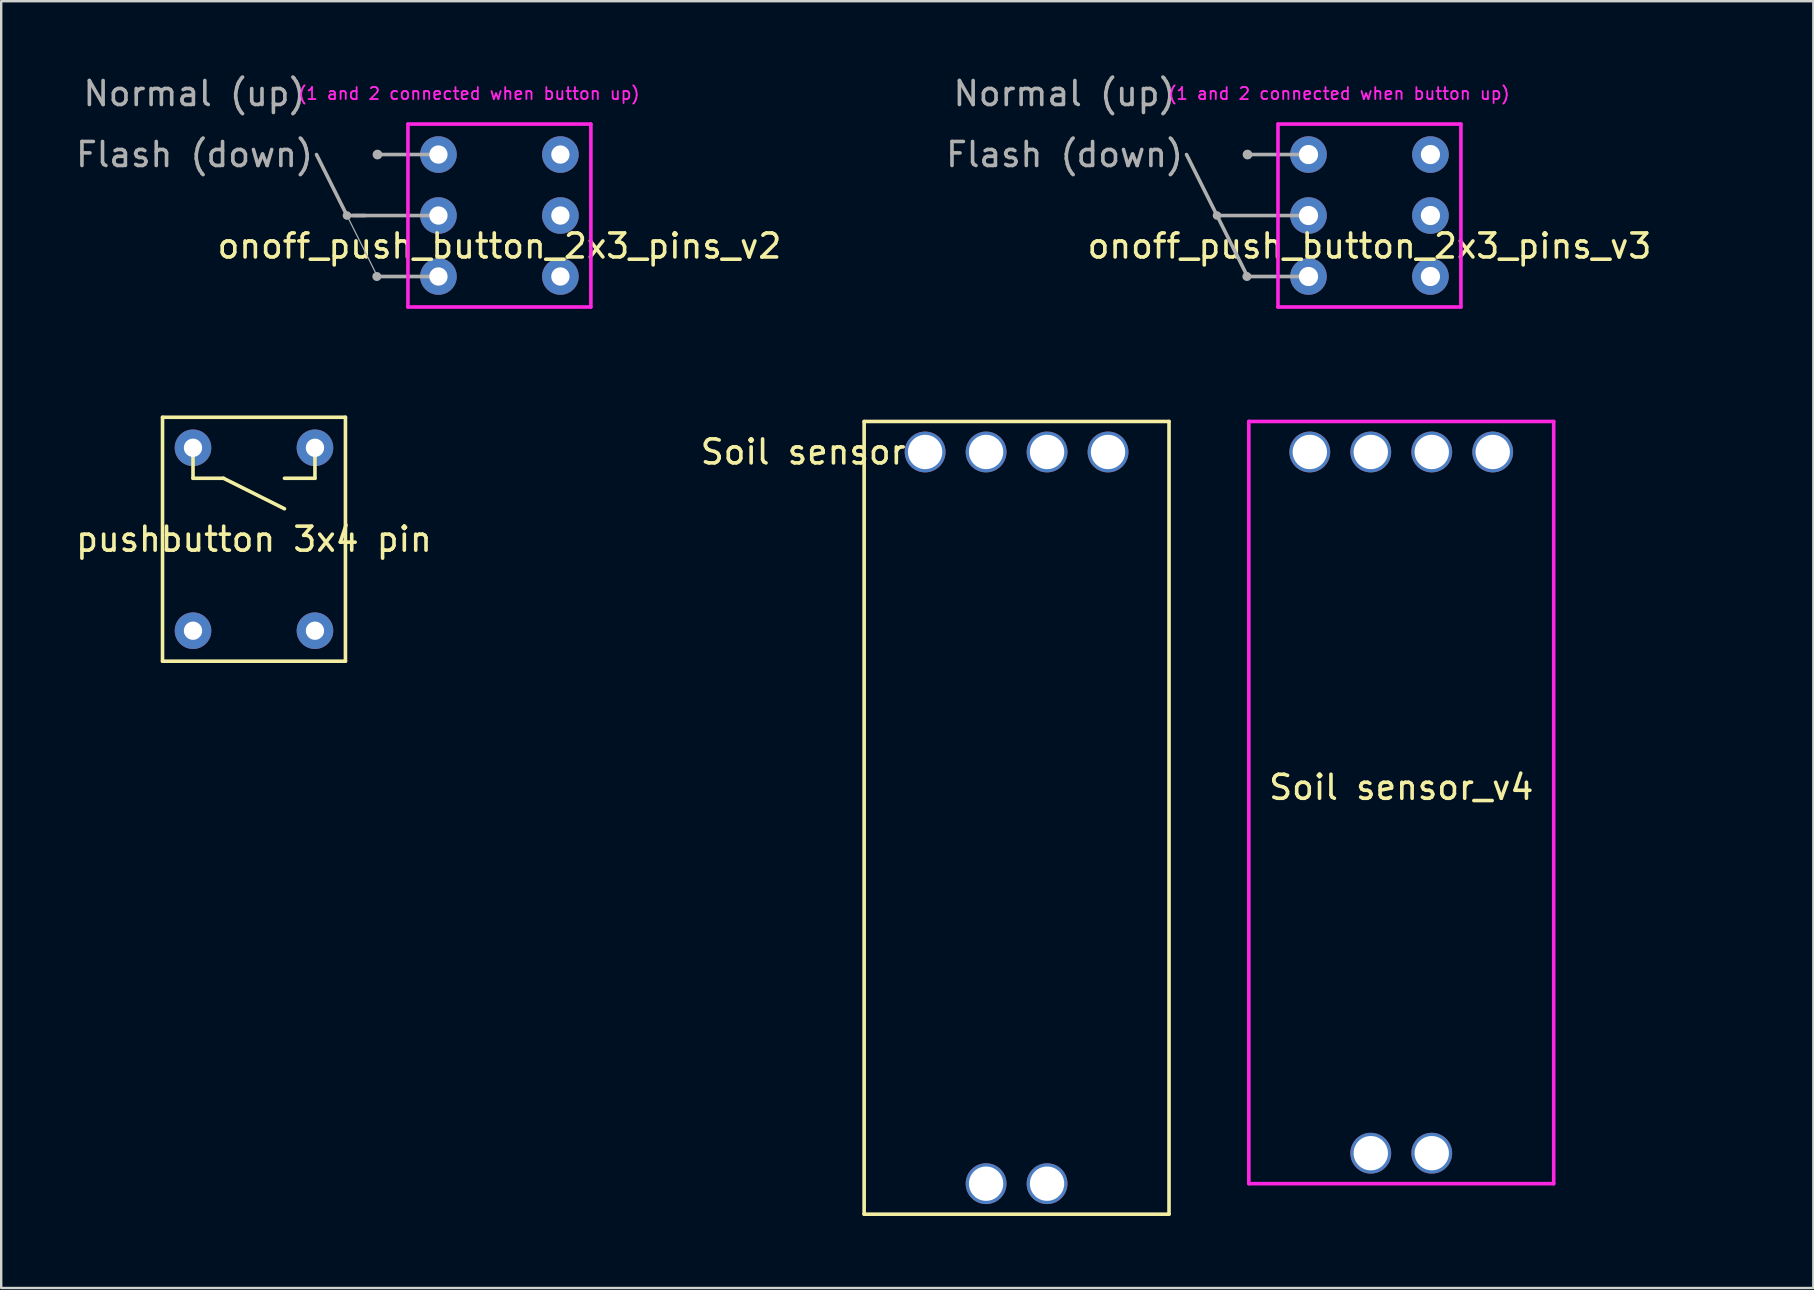
<source format=kicad_pcb>
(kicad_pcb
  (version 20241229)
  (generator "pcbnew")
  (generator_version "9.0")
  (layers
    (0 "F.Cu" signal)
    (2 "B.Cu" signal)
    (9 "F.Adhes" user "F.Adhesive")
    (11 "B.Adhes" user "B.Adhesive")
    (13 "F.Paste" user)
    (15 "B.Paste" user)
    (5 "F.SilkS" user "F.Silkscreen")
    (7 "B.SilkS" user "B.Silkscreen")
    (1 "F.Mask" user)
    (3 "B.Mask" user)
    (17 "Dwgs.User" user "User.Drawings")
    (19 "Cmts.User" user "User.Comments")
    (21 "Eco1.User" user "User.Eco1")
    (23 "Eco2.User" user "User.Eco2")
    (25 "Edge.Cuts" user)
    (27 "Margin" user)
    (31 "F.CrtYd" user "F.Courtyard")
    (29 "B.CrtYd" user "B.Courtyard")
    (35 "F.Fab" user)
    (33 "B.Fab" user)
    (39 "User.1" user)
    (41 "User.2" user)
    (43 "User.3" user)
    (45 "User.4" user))
  (footprint "pushbutton 3x4 pin"
    (layer "F.Cu")
    (at 22.77 23.223)
    (property "Reference" "pushbutton 3x4 pin" (at -15.24 -3.81 0) (layer "F.SilkS") (effects (font (size 1 1) (thickness 0.15))))
    (attr through_hole)
    (fp_line (start -19.05 -8.89) (end -11.43 -8.89) (stroke (width 0.15) (type solid)) (layer "F.SilkS"))
    (fp_line (start -19.05 1.27) (end -19.05 -8.89) (stroke (width 0.15) (type solid)) (layer "F.SilkS"))
    (fp_line (start -17.78 -7.62) (end -17.78 -6.35) (stroke (width 0.15) (type solid)) (layer "F.SilkS"))
    (fp_line (start -17.78 -6.35) (end -16.51 -6.35) (stroke (width 0.15) (type solid)) (layer "F.SilkS"))
    (fp_line (start -16.51 -6.35) (end -13.97 -5.08) (stroke (width 0.15) (type solid)) (layer "F.SilkS"))
    (fp_line (start -12.7 -7.62) (end -12.7 -6.35) (stroke (width 0.15) (type solid)) (layer "F.SilkS"))
    (fp_line (start -12.7 -6.35) (end -13.97 -6.35) (stroke (width 0.15) (type solid)) (layer "F.SilkS"))
    (fp_line (start -11.43 -8.89) (end -11.43 1.27) (stroke (width 0.15) (type solid)) (layer "F.SilkS"))
    (fp_line (start -11.43 1.27) (end -19.05 1.27) (stroke (width 0.15) (type solid)) (layer "F.SilkS"))
    (pad "1" thru_hole circle (at -17.78 -7.62) (size 1.524 1.524) (drill 0.762) (layers "*.Cu" "*.Mask"))
    (pad "2" thru_hole circle (at -12.7 -7.62) (size 1.524 1.524) (drill 0.762) (layers "*.Cu" "*.Mask"))
    (pad "NA" thru_hole circle (at -17.78 0) (size 1.524 1.524) (drill 0.762) (layers "*.Cu" "*.Mask"))
    (pad "NA" thru_hole circle (at -12.7 0) (size 1.524 1.524) (drill 0.762) (layers "*.Cu" "*.Mask")))
  (footprint "onoff_push_button_2x3_pins_v2"
    (layer "F.Cu")
    (at 32.994 11.008)
    (property "Reference" "onoff_push_button_2x3_pins_v2" (at -15.24 -3.81 0) (layer "F.SilkS") (effects (font (size 1 1) (thickness 0.15))))
    (attr through_hole)
    (fp_line (start -19.05 -8.89) (end -11.43 -8.89) (stroke (width 0.15) (type solid)) (layer "F.CrtYd"))
    (fp_line (start -19.05 -1.27) (end -19.05 -8.89) (stroke (width 0.15) (type solid)) (layer "F.CrtYd"))
    (fp_line (start -11.43 -8.89) (end -11.43 -1.27) (stroke (width 0.15) (type solid)) (layer "F.CrtYd"))
    (fp_line (start -11.43 -1.27) (end -19.05 -1.27) (stroke (width 0.15) (type solid)) (layer "F.CrtYd"))
    (fp_line (start -21.59 -5.08) (end -22.86 -7.62) (stroke (width 0.15) (type solid)) (layer "F.Fab"))
    (fp_line (start -21.59 -5.08) (end -20.32 -2.54) (stroke (width 0.05) (type solid)) (layer "F.Fab"))
    (fp_line (start -20.828 -5.08) (end -21.336 -5.08) (stroke (width 0.15) (type solid)) (layer "F.Fab"))
    (fp_line (start -20.32 -7.62) (end -17.78 -7.62) (stroke (width 0.15) (type solid)) (layer "F.Fab"))
    (fp_line (start -17.78 -5.08) (end -21.59 -5.08) (stroke (width 0.15) (type solid)) (layer "F.Fab"))
    (fp_line (start -17.78 -2.54) (end -20.32 -2.54) (stroke (width 0.15) (type solid)) (layer "F.Fab"))
    (fp_circle (center -21.59 -5.08) (end -21.692 -5.105) (stroke (width 0.15) (type solid)) (fill no) (layer "F.Fab"))
    (fp_circle (center -20.345 -2.54) (end -20.396 -2.642) (stroke (width 0.15) (type solid)) (fill no) (layer "F.Fab"))
    (fp_circle (center -20.32 -7.62) (end -20.447 -7.645) (stroke (width 0.15) (type solid)) (fill no) (layer "F.Fab"))
    (fp_text user "(1 and 2 connected when button up)" (at -16.51 -10.16 0) (layer "F.CrtYd") (effects (font (size 0.5 0.5) (thickness 0.075))))
    (fp_text user "Normal (up)" (at -27.94 -10.16 0) (layer "F.Fab") (effects (font (size 1 1) (thickness 0.15))))
    (fp_text user "Flash (down)" (at -27.94 -7.62 0) (layer "F.Fab") (effects (font (size 1 1) (thickness 0.15))))
    (pad "1" thru_hole circle (at -17.78 -7.62) (size 1.524 1.524) (drill 0.762) (layers "*.Cu" "*.Mask"))
    (pad "2" thru_hole circle (at -17.78 -5.08) (size 1.524 1.524) (drill 0.762) (layers "*.Cu" "*.Mask"))
    (pad "3" thru_hole circle (at -17.78 -2.54) (size 1.524 1.524) (drill 0.762) (layers "*.Cu" "*.Mask"))
    (pad "NA" thru_hole circle (at -12.7 -7.62) (size 1.524 1.524) (drill 0.762) (layers "*.Cu" "*.Mask"))
    (pad "NA" thru_hole circle (at -12.7 -5.08) (size 1.524 1.524) (drill 0.762) (layers "*.Cu" "*.Mask"))
    (pad "NA" thru_hole circle (at -12.7 -2.54) (size 1.524 1.524) (drill 0.762) (layers "*.Cu" "*.Mask")))
  (footprint "Soil sensor"
    (layer "F.Cu")
    (at 32.947 14.508)
    (property "Reference" "Soil sensor" (at -2.54 1.27 0) (layer "F.SilkS") (effects (font (size 1 1) (thickness 0.15))))
    (attr through_hole)
    (fp_line (start 0 0) (end 12.7 0) (stroke (width 0.15) (type solid)) (layer "F.SilkS"))
    (fp_line (start 0 33.02) (end 0 0) (stroke (width 0.15) (type solid)) (layer "F.SilkS"))
    (fp_line (start 12.7 0) (end 12.7 33.02) (stroke (width 0.15) (type solid)) (layer "F.SilkS"))
    (fp_line (start 12.7 33.02) (end 0 33.02) (stroke (width 0.15) (type solid)) (layer "F.SilkS"))
    (pad "1" thru_hole circle (at 2.54 1.27) (size 1.7 1.7) (drill 1.43) (layers "*.Cu" "*.Mask"))
    (pad "2" thru_hole circle (at 5.08 1.27) (size 1.7 1.7) (drill 1.43) (layers "*.Cu" "*.Mask"))
    (pad "3" thru_hole circle (at 7.62 1.27) (size 1.7 1.7) (drill 1.43) (layers "*.Cu" "*.Mask"))
    (pad "4" thru_hole circle (at 10.16 1.27) (size 1.7 1.7) (drill 1.43) (layers "*.Cu" "*.Mask"))
    (pad "5" thru_hole circle (at 5.08 31.75) (size 1.7 1.7) (drill 1.43) (layers "*.Cu" "*.Mask"))
    (pad "6" thru_hole circle (at 7.62 31.75) (size 1.7 1.7) (drill 1.43) (layers "*.Cu" "*.Mask")))
  (footprint "onoff_push_button_2x3_pins_v3"
    (layer "F.Cu")
    (at 69.237 11.008)
    (property "Reference" "onoff_push_button_2x3_pins_v3" (at -15.24 -3.81 0) (layer "F.SilkS") (effects (font (size 1 1) (thickness 0.15))))
    (attr through_hole)
    (fp_line (start -19.05 -8.89) (end -11.43 -8.89) (stroke (width 0.15) (type solid)) (layer "F.CrtYd"))
    (fp_line (start -19.05 -1.27) (end -19.05 -8.89) (stroke (width 0.15) (type solid)) (layer "F.CrtYd"))
    (fp_line (start -11.43 -8.89) (end -11.43 -1.27) (stroke (width 0.15) (type solid)) (layer "F.CrtYd"))
    (fp_line (start -11.43 -1.27) (end -19.05 -1.27) (stroke (width 0.15) (type solid)) (layer "F.CrtYd"))
    (fp_line (start -21.59 -5.08) (end -22.86 -7.62) (stroke (width 0.15) (type solid)) (layer "F.Fab"))
    (fp_line (start -20.32 -7.62) (end -17.78 -7.62) (stroke (width 0.15) (type solid)) (layer "F.Fab"))
    (fp_line (start -20.32 -2.54) (end -21.59 -5.08) (stroke (width 0.15) (type solid)) (layer "F.Fab"))
    (fp_line (start -17.78 -5.08) (end -21.59 -5.08) (stroke (width 0.15) (type solid)) (layer "F.Fab"))
    (fp_line (start -17.78 -2.54) (end -20.32 -2.54) (stroke (width 0.15) (type solid)) (layer "F.Fab"))
    (fp_circle (center -21.59 -5.08) (end -21.692 -5.105) (stroke (width 0.15) (type solid)) (fill no) (layer "F.Fab"))
    (fp_circle (center -20.345 -2.54) (end -20.396 -2.642) (stroke (width 0.15) (type solid)) (fill no) (layer "F.Fab"))
    (fp_circle (center -20.32 -7.62) (end -20.447 -7.645) (stroke (width 0.15) (type solid)) (fill no) (layer "F.Fab"))
    (fp_text user "(1 and 2 connected when button up)" (at -16.51 -10.16 0) (layer "F.CrtYd") (effects (font (size 0.5 0.5) (thickness 0.075))))
    (fp_text user "Flash (down)" (at -27.94 -7.62 0) (layer "F.Fab") (effects (font (size 1 1) (thickness 0.15))))
    (fp_text user "Normal (up)" (at -27.94 -10.16 0) (layer "F.Fab") (effects (font (size 1 1) (thickness 0.15))))
    (pad "1" thru_hole circle (at -17.78 -7.62) (size 1.524 1.524) (drill 0.8) (layers "*.Cu" "*.Mask"))
    (pad "2" thru_hole circle (at -17.78 -5.08) (size 1.524 1.524) (drill 0.8) (layers "*.Cu" "*.Mask"))
    (pad "3" thru_hole circle (at -17.78 -2.54) (size 1.524 1.524) (drill 0.8) (layers "*.Cu" "*.Mask"))
    (pad "NA" thru_hole circle (at -12.7 -7.62) (size 1.524 1.524) (drill 0.8) (layers "*.Cu" "*.Mask"))
    (pad "NA" thru_hole circle (at -12.7 -5.08) (size 1.524 1.524) (drill 0.8) (layers "*.Cu" "*.Mask"))
    (pad "NA" thru_hole circle (at -12.7 -2.54) (size 1.524 1.524) (drill 0.8) (layers "*.Cu" "*.Mask")))
  (footprint "Soil sensor_v4"
    (layer "F.Cu")
    (at 48.972 14.508)
    (property "Reference" "Soil sensor_v4" (at 6.35 15.24 0) (layer "F.SilkS") (effects (font (size 1 1) (thickness 0.15))))
    (attr through_hole)
    (fp_line (start 0 0) (end 0 31.75) (stroke (width 0.15) (type solid)) (layer "F.CrtYd"))
    (fp_line (start 0 31.75) (end 12.7 31.75) (stroke (width 0.15) (type solid)) (layer "F.CrtYd"))
    (fp_line (start 12.7 0) (end 0 0) (stroke (width 0.15) (type solid)) (layer "F.CrtYd"))
    (fp_line (start 12.7 31.75) (end 12.7 0) (stroke (width 0.15) (type solid)) (layer "F.CrtYd"))
    (pad "+" thru_hole circle (at 5.08 30.48) (size 1.7 1.7) (drill 1.43) (layers "*.Cu" "*.Mask"))
    (pad "-" thru_hole circle (at 7.62 30.48) (size 1.7 1.7) (drill 1.43) (layers "*.Cu" "*.Mask"))
    (pad "A0" thru_hole circle (at 10.16 1.27) (size 1.7 1.7) (drill 1.43) (layers "*.Cu" "*.Mask"))
    (pad "D0" thru_hole circle (at 7.62 1.27) (size 1.7 1.7) (drill 1.43) (layers "*.Cu" "*.Mask"))
    (pad "GND" thru_hole circle (at 5.08 1.27) (size 1.7 1.7) (drill 1.43) (layers "*.Cu" "*.Mask"))
    (pad "VCC" thru_hole circle (at 2.54 1.27) (size 1.7 1.7) (drill 1.43) (layers "*.Cu" "*.Mask")))
  (gr_rect
    (start -3 -3)
    (end 72.487 50.603)
    (stroke (width 0.1) (type default))
    (fill no)
    (layer "Edge.Cuts")))
</source>
